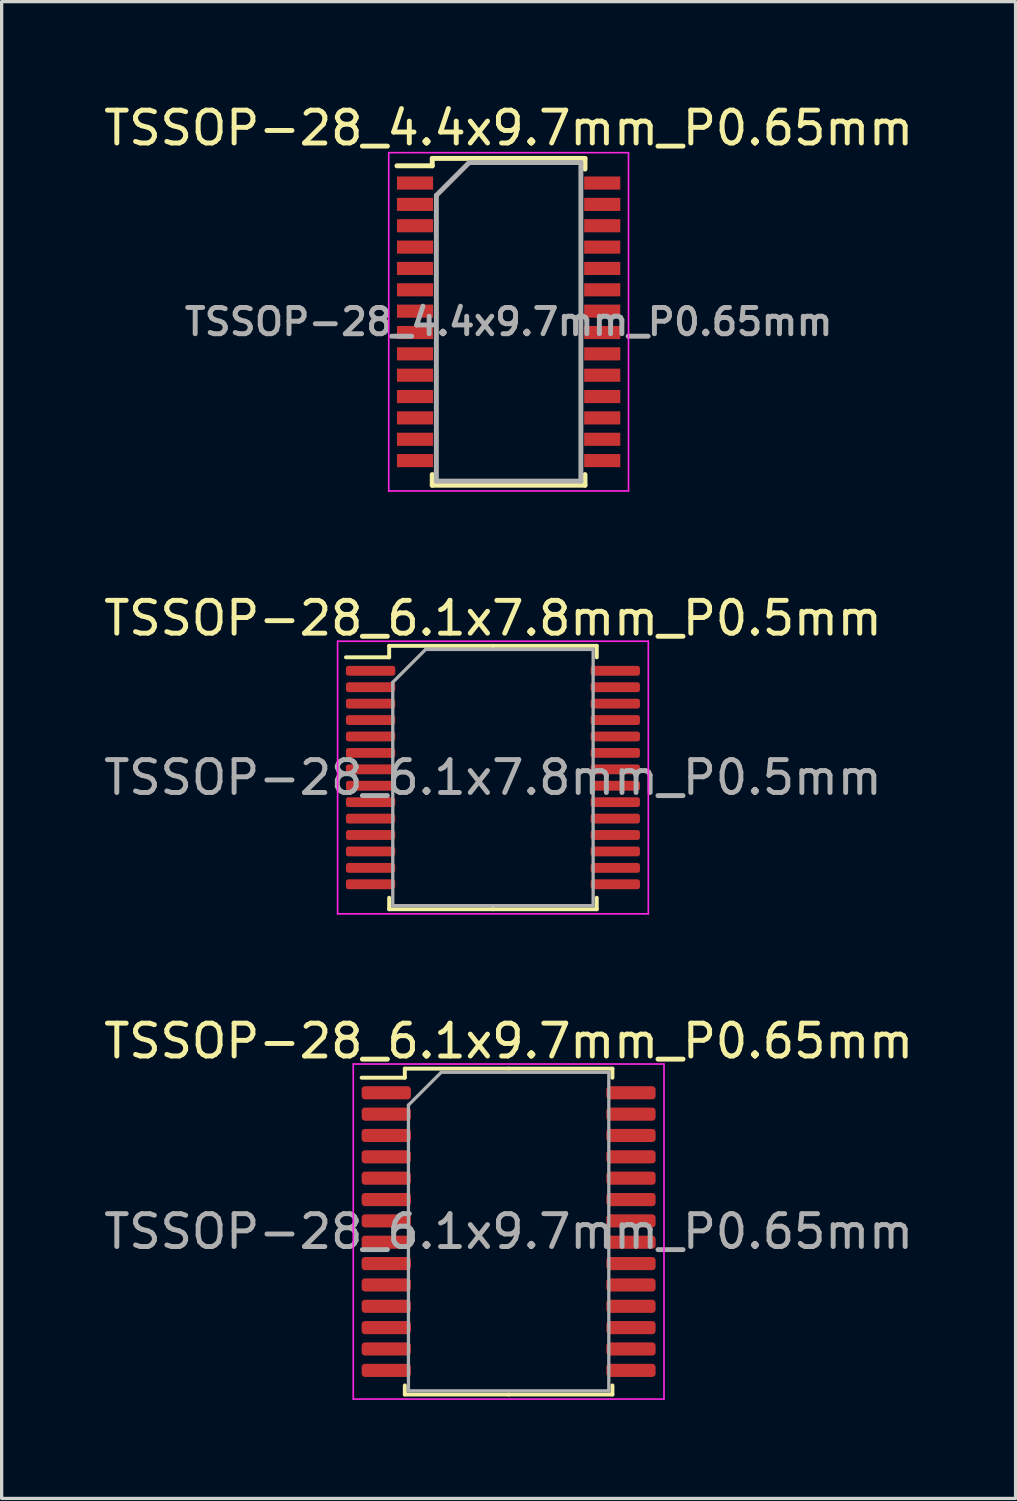
<source format=kicad_pcb>
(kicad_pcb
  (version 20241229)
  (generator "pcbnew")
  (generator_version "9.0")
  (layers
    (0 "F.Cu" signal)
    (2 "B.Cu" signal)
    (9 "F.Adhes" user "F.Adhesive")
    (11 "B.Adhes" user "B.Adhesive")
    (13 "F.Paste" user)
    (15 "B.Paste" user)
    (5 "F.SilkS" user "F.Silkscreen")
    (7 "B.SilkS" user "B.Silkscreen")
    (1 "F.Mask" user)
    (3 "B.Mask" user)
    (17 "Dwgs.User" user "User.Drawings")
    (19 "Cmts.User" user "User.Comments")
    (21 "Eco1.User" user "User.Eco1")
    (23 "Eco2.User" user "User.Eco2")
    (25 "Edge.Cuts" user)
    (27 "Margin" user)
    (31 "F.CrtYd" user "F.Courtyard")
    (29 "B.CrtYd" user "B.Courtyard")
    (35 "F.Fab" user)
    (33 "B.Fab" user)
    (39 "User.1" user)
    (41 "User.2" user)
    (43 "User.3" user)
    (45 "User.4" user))
  (footprint "TSSOP-28_4.4x9.7mm_P0.65mm"
    (layer "F.Cu")
    (at 12.435 6.748)
    (property "Reference" "TSSOP-28_4.4x9.7mm_P0.65mm" (at 0 -5.9 0) (layer "F.SilkS") (effects (font (size 1 1) (thickness 0.15))))
    (attr smd)
    (fp_line (start -2.325 -4.975) (end -2.325 -4.75) (stroke (width 0.15) (type solid)) (layer "F.SilkS"))
    (fp_line (start -2.325 -4.975) (end 2.325 -4.975) (stroke (width 0.15) (type solid)) (layer "F.SilkS"))
    (fp_line (start -2.325 -4.75) (end -3.4 -4.75) (stroke (width 0.15) (type solid)) (layer "F.SilkS"))
    (fp_line (start -2.325 4.975) (end -2.325 4.65) (stroke (width 0.15) (type solid)) (layer "F.SilkS"))
    (fp_line (start -2.325 4.975) (end 2.325 4.975) (stroke (width 0.15) (type solid)) (layer "F.SilkS"))
    (fp_line (start 2.325 -4.975) (end 2.325 -4.65) (stroke (width 0.15) (type solid)) (layer "F.SilkS"))
    (fp_line (start 2.325 4.975) (end 2.325 4.65) (stroke (width 0.15) (type solid)) (layer "F.SilkS"))
    (fp_line (start -3.65 -5.15) (end -3.65 5.15) (stroke (width 0.05) (type solid)) (layer "F.CrtYd"))
    (fp_line (start -3.65 -5.15) (end 3.65 -5.15) (stroke (width 0.05) (type solid)) (layer "F.CrtYd"))
    (fp_line (start -3.65 5.15) (end 3.65 5.15) (stroke (width 0.05) (type solid)) (layer "F.CrtYd"))
    (fp_line (start 3.65 -5.15) (end 3.65 5.15) (stroke (width 0.05) (type solid)) (layer "F.CrtYd"))
    (fp_line (start -2.2 -3.85) (end -1.2 -4.85) (stroke (width 0.15) (type solid)) (layer "F.Fab"))
    (fp_line (start -2.2 4.85) (end -2.2 -3.85) (stroke (width 0.15) (type solid)) (layer "F.Fab"))
    (fp_line (start -1.2 -4.85) (end 2.2 -4.85) (stroke (width 0.15) (type solid)) (layer "F.Fab"))
    (fp_line (start 2.2 -4.85) (end 2.2 4.85) (stroke (width 0.15) (type solid)) (layer "F.Fab"))
    (fp_line (start 2.2 4.85) (end -2.2 4.85) (stroke (width 0.15) (type solid)) (layer "F.Fab"))
    (fp_text user "${REFERENCE}" (at 0 0 0) (layer "F.Fab") (effects (font (size 0.8 0.8) (thickness 0.15))))
    (pad "1" smd rect (at -2.85 -4.225) (size 1.1 0.4) (layers "F.Cu" "F.Mask" "F.Paste"))
    (pad "2" smd rect (at -2.85 -3.575) (size 1.1 0.4) (layers "F.Cu" "F.Mask" "F.Paste"))
    (pad "3" smd rect (at -2.85 -2.925) (size 1.1 0.4) (layers "F.Cu" "F.Mask" "F.Paste"))
    (pad "4" smd rect (at -2.85 -2.275) (size 1.1 0.4) (layers "F.Cu" "F.Mask" "F.Paste"))
    (pad "5" smd rect (at -2.85 -1.625) (size 1.1 0.4) (layers "F.Cu" "F.Mask" "F.Paste"))
    (pad "6" smd rect (at -2.85 -0.975) (size 1.1 0.4) (layers "F.Cu" "F.Mask" "F.Paste"))
    (pad "7" smd rect (at -2.85 -0.325) (size 1.1 0.4) (layers "F.Cu" "F.Mask" "F.Paste"))
    (pad "8" smd rect (at -2.85 0.325) (size 1.1 0.4) (layers "F.Cu" "F.Mask" "F.Paste"))
    (pad "9" smd rect (at -2.85 0.975) (size 1.1 0.4) (layers "F.Cu" "F.Mask" "F.Paste"))
    (pad "10" smd rect (at -2.85 1.625) (size 1.1 0.4) (layers "F.Cu" "F.Mask" "F.Paste"))
    (pad "11" smd rect (at -2.85 2.275) (size 1.1 0.4) (layers "F.Cu" "F.Mask" "F.Paste"))
    (pad "12" smd rect (at -2.85 2.925) (size 1.1 0.4) (layers "F.Cu" "F.Mask" "F.Paste"))
    (pad "13" smd rect (at -2.85 3.575) (size 1.1 0.4) (layers "F.Cu" "F.Mask" "F.Paste"))
    (pad "14" smd rect (at -2.85 4.225) (size 1.1 0.4) (layers "F.Cu" "F.Mask" "F.Paste"))
    (pad "15" smd rect (at 2.85 4.225) (size 1.1 0.4) (layers "F.Cu" "F.Mask" "F.Paste"))
    (pad "16" smd rect (at 2.85 3.575) (size 1.1 0.4) (layers "F.Cu" "F.Mask" "F.Paste"))
    (pad "17" smd rect (at 2.85 2.925) (size 1.1 0.4) (layers "F.Cu" "F.Mask" "F.Paste"))
    (pad "18" smd rect (at 2.85 2.275) (size 1.1 0.4) (layers "F.Cu" "F.Mask" "F.Paste"))
    (pad "19" smd rect (at 2.85 1.625) (size 1.1 0.4) (layers "F.Cu" "F.Mask" "F.Paste"))
    (pad "20" smd rect (at 2.85 0.975) (size 1.1 0.4) (layers "F.Cu" "F.Mask" "F.Paste"))
    (pad "21" smd rect (at 2.85 0.325) (size 1.1 0.4) (layers "F.Cu" "F.Mask" "F.Paste"))
    (pad "22" smd rect (at 2.85 -0.325) (size 1.1 0.4) (layers "F.Cu" "F.Mask" "F.Paste"))
    (pad "23" smd rect (at 2.85 -0.975) (size 1.1 0.4) (layers "F.Cu" "F.Mask" "F.Paste"))
    (pad "24" smd rect (at 2.85 -1.625) (size 1.1 0.4) (layers "F.Cu" "F.Mask" "F.Paste"))
    (pad "25" smd rect (at 2.85 -2.275) (size 1.1 0.4) (layers "F.Cu" "F.Mask" "F.Paste"))
    (pad "26" smd rect (at 2.85 -2.925) (size 1.1 0.4) (layers "F.Cu" "F.Mask" "F.Paste"))
    (pad "27" smd rect (at 2.85 -3.575) (size 1.1 0.4) (layers "F.Cu" "F.Mask" "F.Paste"))
    (pad "28" smd rect (at 2.85 -4.225) (size 1.1 0.4) (layers "F.Cu" "F.Mask" "F.Paste")))
  (footprint "TSSOP-28_6.1x9.7mm_P0.65mm"
    (layer "F.Cu")
    (at 12.435 34.445)
    (property "Reference" "TSSOP-28_6.1x9.7mm_P0.65mm" (at 0 -5.8 0) (layer "F.SilkS") (effects (font (size 1 1) (thickness 0.15))))
    (attr smd)
    (fp_line (start -3.16 -4.96) (end -3.16 -4.685) (stroke (width 0.12) (type solid)) (layer "F.SilkS"))
    (fp_line (start -3.16 -4.685) (end -4.475 -4.685) (stroke (width 0.12) (type solid)) (layer "F.SilkS"))
    (fp_line (start -3.16 4.96) (end -3.16 4.685) (stroke (width 0.12) (type solid)) (layer "F.SilkS"))
    (fp_line (start 0 -4.96) (end -3.16 -4.96) (stroke (width 0.12) (type solid)) (layer "F.SilkS"))
    (fp_line (start 0 -4.96) (end 3.16 -4.96) (stroke (width 0.12) (type solid)) (layer "F.SilkS"))
    (fp_line (start 0 4.96) (end -3.16 4.96) (stroke (width 0.12) (type solid)) (layer "F.SilkS"))
    (fp_line (start 0 4.96) (end 3.16 4.96) (stroke (width 0.12) (type solid)) (layer "F.SilkS"))
    (fp_line (start 3.16 -4.96) (end 3.16 -4.685) (stroke (width 0.12) (type solid)) (layer "F.SilkS"))
    (fp_line (start 3.16 4.96) (end 3.16 4.685) (stroke (width 0.12) (type solid)) (layer "F.SilkS"))
    (fp_line (start -4.73 -5.1) (end -4.73 5.1) (stroke (width 0.05) (type solid)) (layer "F.CrtYd"))
    (fp_line (start -4.73 5.1) (end 4.73 5.1) (stroke (width 0.05) (type solid)) (layer "F.CrtYd"))
    (fp_line (start 4.73 -5.1) (end -4.73 -5.1) (stroke (width 0.05) (type solid)) (layer "F.CrtYd"))
    (fp_line (start 4.73 5.1) (end 4.73 -5.1) (stroke (width 0.05) (type solid)) (layer "F.CrtYd"))
    (fp_line (start -3.05 -3.85) (end -2.05 -4.85) (stroke (width 0.1) (type solid)) (layer "F.Fab"))
    (fp_line (start -3.05 4.85) (end -3.05 -3.85) (stroke (width 0.1) (type solid)) (layer "F.Fab"))
    (fp_line (start -2.05 -4.85) (end 3.05 -4.85) (stroke (width 0.1) (type solid)) (layer "F.Fab"))
    (fp_line (start 3.05 -4.85) (end 3.05 4.85) (stroke (width 0.1) (type solid)) (layer "F.Fab"))
    (fp_line (start 3.05 4.85) (end -3.05 4.85) (stroke (width 0.1) (type solid)) (layer "F.Fab"))
    (fp_text user "${REFERENCE}" (at 0 0 0) (layer "F.Fab") (effects (font (size 1 1) (thickness 0.15))))
    (pad "1" smd roundrect (at -3.725 -4.225) (size 1.5 0.4) (layers "F.Cu" "F.Mask" "F.Paste") (roundrect_rratio 0.25))
    (pad "2" smd roundrect (at -3.725 -3.575) (size 1.5 0.4) (layers "F.Cu" "F.Mask" "F.Paste") (roundrect_rratio 0.25))
    (pad "3" smd roundrect (at -3.725 -2.925) (size 1.5 0.4) (layers "F.Cu" "F.Mask" "F.Paste") (roundrect_rratio 0.25))
    (pad "4" smd roundrect (at -3.725 -2.275) (size 1.5 0.4) (layers "F.Cu" "F.Mask" "F.Paste") (roundrect_rratio 0.25))
    (pad "5" smd roundrect (at -3.725 -1.625) (size 1.5 0.4) (layers "F.Cu" "F.Mask" "F.Paste") (roundrect_rratio 0.25))
    (pad "6" smd roundrect (at -3.725 -0.975) (size 1.5 0.4) (layers "F.Cu" "F.Mask" "F.Paste") (roundrect_rratio 0.25))
    (pad "7" smd roundrect (at -3.725 -0.325) (size 1.5 0.4) (layers "F.Cu" "F.Mask" "F.Paste") (roundrect_rratio 0.25))
    (pad "8" smd roundrect (at -3.725 0.325) (size 1.5 0.4) (layers "F.Cu" "F.Mask" "F.Paste") (roundrect_rratio 0.25))
    (pad "9" smd roundrect (at -3.725 0.975) (size 1.5 0.4) (layers "F.Cu" "F.Mask" "F.Paste") (roundrect_rratio 0.25))
    (pad "10" smd roundrect (at -3.725 1.625) (size 1.5 0.4) (layers "F.Cu" "F.Mask" "F.Paste") (roundrect_rratio 0.25))
    (pad "11" smd roundrect (at -3.725 2.275) (size 1.5 0.4) (layers "F.Cu" "F.Mask" "F.Paste") (roundrect_rratio 0.25))
    (pad "12" smd roundrect (at -3.725 2.925) (size 1.5 0.4) (layers "F.Cu" "F.Mask" "F.Paste") (roundrect_rratio 0.25))
    (pad "13" smd roundrect (at -3.725 3.575) (size 1.5 0.4) (layers "F.Cu" "F.Mask" "F.Paste") (roundrect_rratio 0.25))
    (pad "14" smd roundrect (at -3.725 4.225) (size 1.5 0.4) (layers "F.Cu" "F.Mask" "F.Paste") (roundrect_rratio 0.25))
    (pad "15" smd roundrect (at 3.725 4.225) (size 1.5 0.4) (layers "F.Cu" "F.Mask" "F.Paste") (roundrect_rratio 0.25))
    (pad "16" smd roundrect (at 3.725 3.575) (size 1.5 0.4) (layers "F.Cu" "F.Mask" "F.Paste") (roundrect_rratio 0.25))
    (pad "17" smd roundrect (at 3.725 2.925) (size 1.5 0.4) (layers "F.Cu" "F.Mask" "F.Paste") (roundrect_rratio 0.25))
    (pad "18" smd roundrect (at 3.725 2.275) (size 1.5 0.4) (layers "F.Cu" "F.Mask" "F.Paste") (roundrect_rratio 0.25))
    (pad "19" smd roundrect (at 3.725 1.625) (size 1.5 0.4) (layers "F.Cu" "F.Mask" "F.Paste") (roundrect_rratio 0.25))
    (pad "20" smd roundrect (at 3.725 0.975) (size 1.5 0.4) (layers "F.Cu" "F.Mask" "F.Paste") (roundrect_rratio 0.25))
    (pad "21" smd roundrect (at 3.725 0.325) (size 1.5 0.4) (layers "F.Cu" "F.Mask" "F.Paste") (roundrect_rratio 0.25))
    (pad "22" smd roundrect (at 3.725 -0.325) (size 1.5 0.4) (layers "F.Cu" "F.Mask" "F.Paste") (roundrect_rratio 0.25))
    (pad "23" smd roundrect (at 3.725 -0.975) (size 1.5 0.4) (layers "F.Cu" "F.Mask" "F.Paste") (roundrect_rratio 0.25))
    (pad "24" smd roundrect (at 3.725 -1.625) (size 1.5 0.4) (layers "F.Cu" "F.Mask" "F.Paste") (roundrect_rratio 0.25))
    (pad "25" smd roundrect (at 3.725 -2.275) (size 1.5 0.4) (layers "F.Cu" "F.Mask" "F.Paste") (roundrect_rratio 0.25))
    (pad "26" smd roundrect (at 3.725 -2.925) (size 1.5 0.4) (layers "F.Cu" "F.Mask" "F.Paste") (roundrect_rratio 0.25))
    (pad "27" smd roundrect (at 3.725 -3.575) (size 1.5 0.4) (layers "F.Cu" "F.Mask" "F.Paste") (roundrect_rratio 0.25))
    (pad "28" smd roundrect (at 3.725 -4.225) (size 1.5 0.4) (layers "F.Cu" "F.Mask" "F.Paste") (roundrect_rratio 0.25)))
  (footprint "TSSOP-28_6.1x7.8mm_P0.5mm"
    (layer "F.Cu")
    (at 11.958 20.622)
    (property "Reference" "TSSOP-28_6.1x7.8mm_P0.5mm" (at 0 -4.85 0) (layer "F.SilkS") (effects (font (size 1 1) (thickness 0.15))))
    (attr smd)
    (fp_line (start -3.16 -4.01) (end -3.16 -3.66) (stroke (width 0.12) (type solid)) (layer "F.SilkS"))
    (fp_line (start -3.16 -3.66) (end -4.475 -3.66) (stroke (width 0.12) (type solid)) (layer "F.SilkS"))
    (fp_line (start -3.16 4.01) (end -3.16 3.66) (stroke (width 0.12) (type solid)) (layer "F.SilkS"))
    (fp_line (start 0 -4.01) (end -3.16 -4.01) (stroke (width 0.12) (type solid)) (layer "F.SilkS"))
    (fp_line (start 0 -4.01) (end 3.16 -4.01) (stroke (width 0.12) (type solid)) (layer "F.SilkS"))
    (fp_line (start 0 4.01) (end -3.16 4.01) (stroke (width 0.12) (type solid)) (layer "F.SilkS"))
    (fp_line (start 0 4.01) (end 3.16 4.01) (stroke (width 0.12) (type solid)) (layer "F.SilkS"))
    (fp_line (start 3.16 -4.01) (end 3.16 -3.66) (stroke (width 0.12) (type solid)) (layer "F.SilkS"))
    (fp_line (start 3.16 4.01) (end 3.16 3.66) (stroke (width 0.12) (type solid)) (layer "F.SilkS"))
    (fp_line (start -4.73 -4.15) (end -4.73 4.15) (stroke (width 0.05) (type solid)) (layer "F.CrtYd"))
    (fp_line (start -4.73 4.15) (end 4.73 4.15) (stroke (width 0.05) (type solid)) (layer "F.CrtYd"))
    (fp_line (start 4.73 -4.15) (end -4.73 -4.15) (stroke (width 0.05) (type solid)) (layer "F.CrtYd"))
    (fp_line (start 4.73 4.15) (end 4.73 -4.15) (stroke (width 0.05) (type solid)) (layer "F.CrtYd"))
    (fp_line (start -3.05 -2.9) (end -2.05 -3.9) (stroke (width 0.1) (type solid)) (layer "F.Fab"))
    (fp_line (start -3.05 3.9) (end -3.05 -2.9) (stroke (width 0.1) (type solid)) (layer "F.Fab"))
    (fp_line (start -2.05 -3.9) (end 3.05 -3.9) (stroke (width 0.1) (type solid)) (layer "F.Fab"))
    (fp_line (start 3.05 -3.9) (end 3.05 3.9) (stroke (width 0.1) (type solid)) (layer "F.Fab"))
    (fp_line (start 3.05 3.9) (end -3.05 3.9) (stroke (width 0.1) (type solid)) (layer "F.Fab"))
    (fp_text user "${REFERENCE}" (at 0 0 0) (layer "F.Fab") (effects (font (size 1 1) (thickness 0.15))))
    (pad "1" smd roundrect (at -3.725 -3.25) (size 1.5 0.3) (layers "F.Cu" "F.Mask" "F.Paste") (roundrect_rratio 0.25))
    (pad "2" smd roundrect (at -3.725 -2.75) (size 1.5 0.3) (layers "F.Cu" "F.Mask" "F.Paste") (roundrect_rratio 0.25))
    (pad "3" smd roundrect (at -3.725 -2.25) (size 1.5 0.3) (layers "F.Cu" "F.Mask" "F.Paste") (roundrect_rratio 0.25))
    (pad "4" smd roundrect (at -3.725 -1.75) (size 1.5 0.3) (layers "F.Cu" "F.Mask" "F.Paste") (roundrect_rratio 0.25))
    (pad "5" smd roundrect (at -3.725 -1.25) (size 1.5 0.3) (layers "F.Cu" "F.Mask" "F.Paste") (roundrect_rratio 0.25))
    (pad "6" smd roundrect (at -3.725 -0.75) (size 1.5 0.3) (layers "F.Cu" "F.Mask" "F.Paste") (roundrect_rratio 0.25))
    (pad "7" smd roundrect (at -3.725 -0.25) (size 1.5 0.3) (layers "F.Cu" "F.Mask" "F.Paste") (roundrect_rratio 0.25))
    (pad "8" smd roundrect (at -3.725 0.25) (size 1.5 0.3) (layers "F.Cu" "F.Mask" "F.Paste") (roundrect_rratio 0.25))
    (pad "9" smd roundrect (at -3.725 0.75) (size 1.5 0.3) (layers "F.Cu" "F.Mask" "F.Paste") (roundrect_rratio 0.25))
    (pad "10" smd roundrect (at -3.725 1.25) (size 1.5 0.3) (layers "F.Cu" "F.Mask" "F.Paste") (roundrect_rratio 0.25))
    (pad "11" smd roundrect (at -3.725 1.75) (size 1.5 0.3) (layers "F.Cu" "F.Mask" "F.Paste") (roundrect_rratio 0.25))
    (pad "12" smd roundrect (at -3.725 2.25) (size 1.5 0.3) (layers "F.Cu" "F.Mask" "F.Paste") (roundrect_rratio 0.25))
    (pad "13" smd roundrect (at -3.725 2.75) (size 1.5 0.3) (layers "F.Cu" "F.Mask" "F.Paste") (roundrect_rratio 0.25))
    (pad "14" smd roundrect (at -3.725 3.25) (size 1.5 0.3) (layers "F.Cu" "F.Mask" "F.Paste") (roundrect_rratio 0.25))
    (pad "15" smd roundrect (at 3.725 3.25) (size 1.5 0.3) (layers "F.Cu" "F.Mask" "F.Paste") (roundrect_rratio 0.25))
    (pad "16" smd roundrect (at 3.725 2.75) (size 1.5 0.3) (layers "F.Cu" "F.Mask" "F.Paste") (roundrect_rratio 0.25))
    (pad "17" smd roundrect (at 3.725 2.25) (size 1.5 0.3) (layers "F.Cu" "F.Mask" "F.Paste") (roundrect_rratio 0.25))
    (pad "18" smd roundrect (at 3.725 1.75) (size 1.5 0.3) (layers "F.Cu" "F.Mask" "F.Paste") (roundrect_rratio 0.25))
    (pad "19" smd roundrect (at 3.725 1.25) (size 1.5 0.3) (layers "F.Cu" "F.Mask" "F.Paste") (roundrect_rratio 0.25))
    (pad "20" smd roundrect (at 3.725 0.75) (size 1.5 0.3) (layers "F.Cu" "F.Mask" "F.Paste") (roundrect_rratio 0.25))
    (pad "21" smd roundrect (at 3.725 0.25) (size 1.5 0.3) (layers "F.Cu" "F.Mask" "F.Paste") (roundrect_rratio 0.25))
    (pad "22" smd roundrect (at 3.725 -0.25) (size 1.5 0.3) (layers "F.Cu" "F.Mask" "F.Paste") (roundrect_rratio 0.25))
    (pad "23" smd roundrect (at 3.725 -0.75) (size 1.5 0.3) (layers "F.Cu" "F.Mask" "F.Paste") (roundrect_rratio 0.25))
    (pad "24" smd roundrect (at 3.725 -1.25) (size 1.5 0.3) (layers "F.Cu" "F.Mask" "F.Paste") (roundrect_rratio 0.25))
    (pad "25" smd roundrect (at 3.725 -1.75) (size 1.5 0.3) (layers "F.Cu" "F.Mask" "F.Paste") (roundrect_rratio 0.25))
    (pad "26" smd roundrect (at 3.725 -2.25) (size 1.5 0.3) (layers "F.Cu" "F.Mask" "F.Paste") (roundrect_rratio 0.25))
    (pad "27" smd roundrect (at 3.725 -2.75) (size 1.5 0.3) (layers "F.Cu" "F.Mask" "F.Paste") (roundrect_rratio 0.25))
    (pad "28" smd roundrect (at 3.725 -3.25) (size 1.5 0.3) (layers "F.Cu" "F.Mask" "F.Paste") (roundrect_rratio 0.25)))
  (gr_rect
    (start -3 -3)
    (end 27.869 42.57)
    (stroke (width 0.1) (type default))
    (fill no)
    (layer "Edge.Cuts")))
</source>
